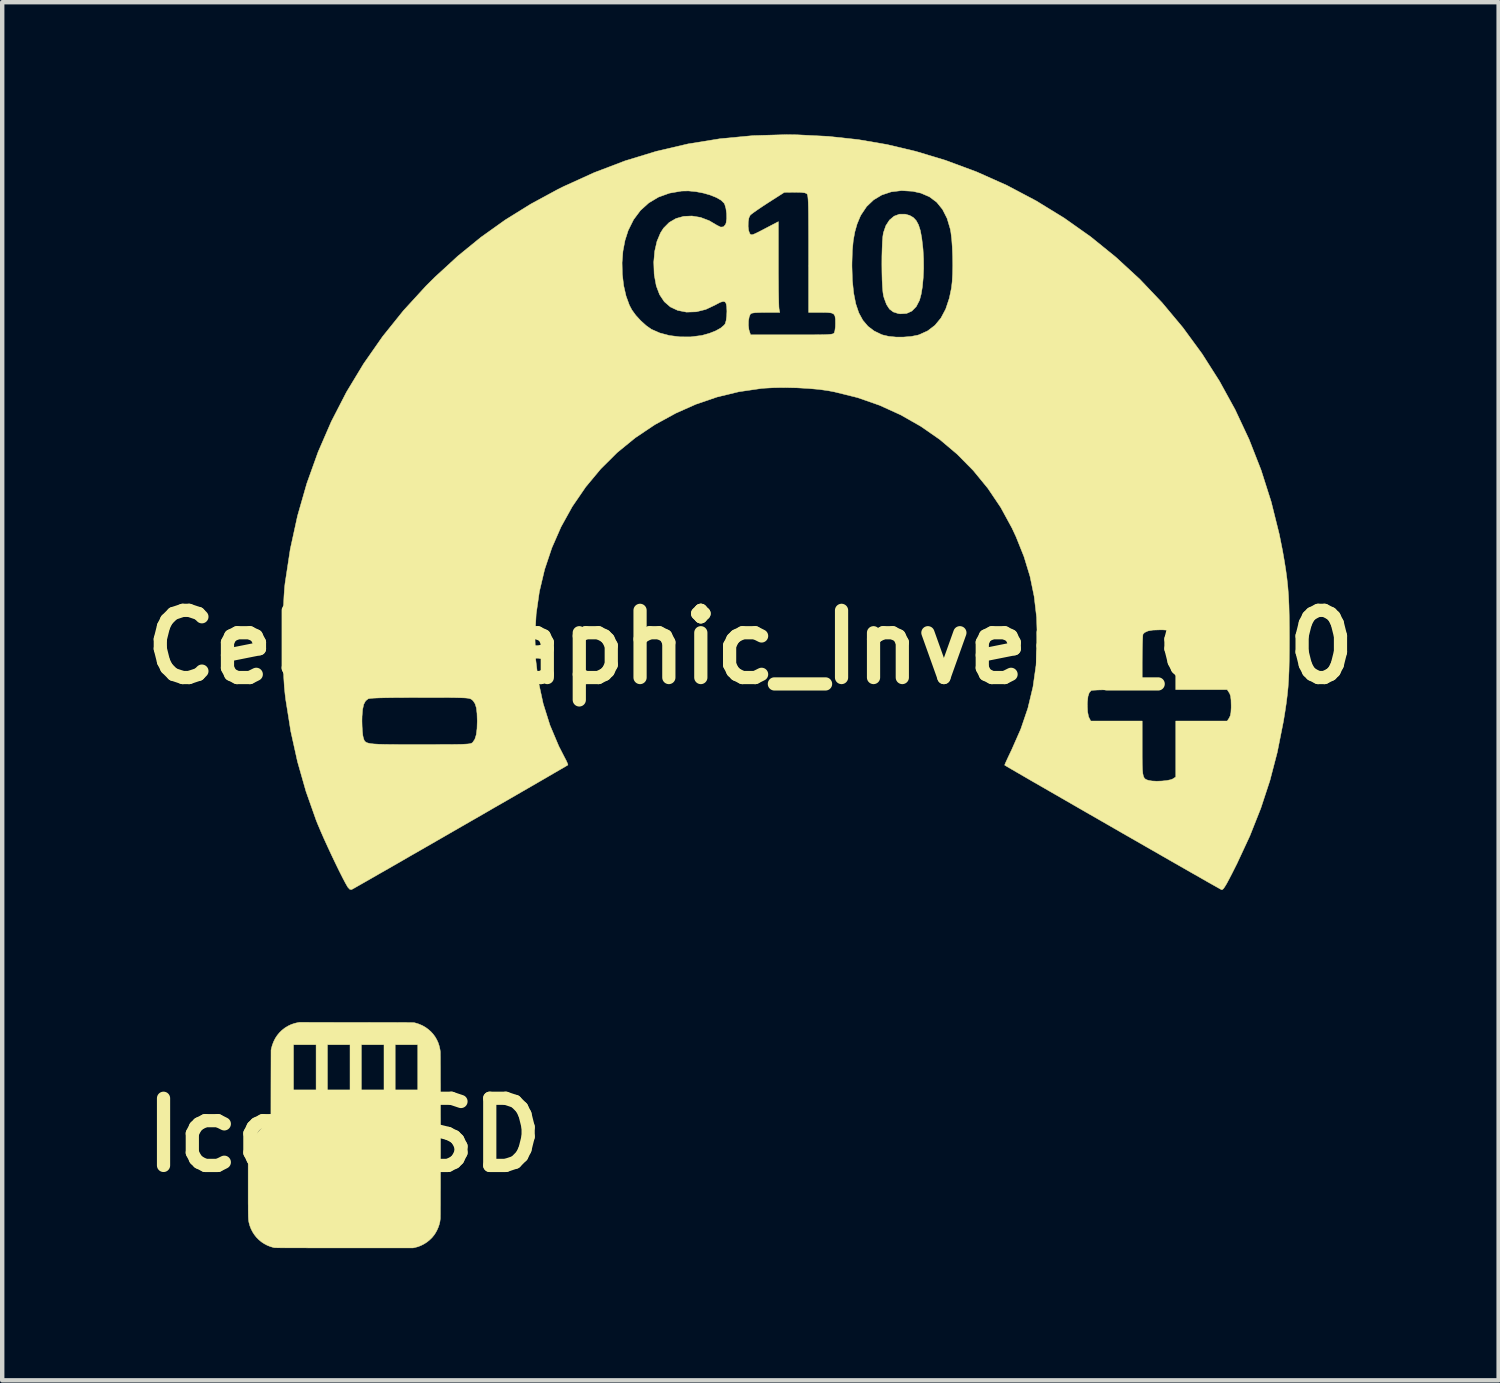
<source format=kicad_pcb>
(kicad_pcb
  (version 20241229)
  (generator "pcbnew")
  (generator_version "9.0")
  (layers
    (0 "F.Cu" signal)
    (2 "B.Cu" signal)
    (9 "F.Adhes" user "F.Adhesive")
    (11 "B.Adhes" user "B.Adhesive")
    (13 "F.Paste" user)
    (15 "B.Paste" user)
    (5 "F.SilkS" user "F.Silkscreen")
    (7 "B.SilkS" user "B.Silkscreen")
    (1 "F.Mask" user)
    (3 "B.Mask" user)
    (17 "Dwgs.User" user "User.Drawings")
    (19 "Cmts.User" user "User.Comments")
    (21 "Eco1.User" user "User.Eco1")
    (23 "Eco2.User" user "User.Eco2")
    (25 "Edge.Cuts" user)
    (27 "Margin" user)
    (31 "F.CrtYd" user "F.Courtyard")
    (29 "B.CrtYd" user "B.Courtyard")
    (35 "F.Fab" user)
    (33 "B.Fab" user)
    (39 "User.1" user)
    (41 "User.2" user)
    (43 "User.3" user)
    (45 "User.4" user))
  (footprint "Icon_SD"
    (layer "F.Cu")
    (at 4.761 22.705)
    (property "Reference" "Icon_SD" (at 0 0 0) (layer "F.SilkS") (effects (font (size 1.524 1.524) (thickness 0.3))))
    (attr through_hole)
    (fp_poly (pts (xy 0.273 -2.556) (xy 0.397 -2.556) (xy 0.514 -2.556) (xy 0.622 -2.555) (xy 0.722 -2.555) (xy 0.816 -2.555) (xy 0.902 -2.555) (xy 0.982 -2.555) (xy 1.055 -2.555) (xy 1.122 -2.555) (xy 1.182 -2.555) (xy 1.238 -2.554) (xy 1.288 -2.554) (xy 1.333 -2.554) (xy 1.373 -2.554) (xy 1.409 -2.554) (xy 1.441 -2.553) (xy 1.468 -2.553) (xy 1.492 -2.553) (xy 1.513 -2.552) (xy 1.531 -2.552) (xy 1.546 -2.552) (xy 1.558 -2.551) (xy 1.569 -2.551) (xy 1.577 -2.55) (xy 1.584 -2.549) (xy 1.589 -2.549) (xy 1.594 -2.548) (xy 1.597 -2.548) (xy 1.6 -2.547) (xy 1.676 -2.525) (xy 1.749 -2.495) (xy 1.776 -2.483) (xy 1.844 -2.444) (xy 1.907 -2.398) (xy 1.965 -2.347) (xy 2.016 -2.291) (xy 2.062 -2.229) (xy 2.1 -2.163) (xy 2.132 -2.093) (xy 2.156 -2.019) (xy 2.173 -1.942) (xy 2.18 -1.893) (xy 2.18 -1.885) (xy 2.181 -1.869) (xy 2.181 -1.845) (xy 2.181 -1.814) (xy 2.182 -1.776) (xy 2.182 -1.731) (xy 2.182 -1.679) (xy 2.182 -1.622) (xy 2.183 -1.558) (xy 2.183 -1.489) (xy 2.183 -1.415) (xy 2.183 -1.336) (xy 2.183 -1.253) (xy 2.184 -1.166) (xy 2.184 -1.075) (xy 2.184 -0.98) (xy 2.184 -0.882) (xy 2.184 -0.782) (xy 2.184 -0.679) (xy 2.184 -0.574) (xy 2.184 -0.467) (xy 2.185 -0.359) (xy 2.185 -0.249) (xy 2.185 -0.139) (xy 2.185 -0.029) (xy 2.185 0.082) (xy 2.185 0.192) (xy 2.185 0.302) (xy 2.185 0.411) (xy 2.184 0.519) (xy 2.184 0.625) (xy 2.184 0.729) (xy 2.184 0.831) (xy 2.184 0.93) (xy 2.184 1.027) (xy 2.184 1.12) (xy 2.184 1.209) (xy 2.183 1.295) (xy 2.183 1.376) (xy 2.183 1.453) (xy 2.183 1.525) (xy 2.183 1.592) (xy 2.182 1.653) (xy 2.182 1.708) (xy 2.182 1.757) (xy 2.182 1.799) (xy 2.181 1.834) (xy 2.181 1.862) (xy 2.181 1.883) (xy 2.18 1.895) (xy 2.18 1.898) (xy 2.171 1.966) (xy 2.156 2.029) (xy 2.135 2.091) (xy 2.107 2.154) (xy 2.104 2.161) (xy 2.074 2.216) (xy 2.042 2.265) (xy 2.004 2.312) (xy 1.99 2.329) (xy 1.936 2.381) (xy 1.877 2.429) (xy 1.813 2.47) (xy 1.745 2.505) (xy 1.675 2.533) (xy 1.603 2.552) (xy 1.562 2.561) (xy -0.001 2.561) (xy -0.138 2.561) (xy -0.267 2.561) (xy -0.387 2.561) (xy -0.5 2.561) (xy -0.606 2.561) (xy -0.704 2.561) (xy -0.796 2.561) (xy -0.881 2.56) (xy -0.959 2.56) (xy -1.032 2.56) (xy -1.098 2.56) (xy -1.159 2.56) (xy -1.215 2.56) (xy -1.265 2.56) (xy -1.311 2.56) (xy -1.352 2.559) (xy -1.389 2.559) (xy -1.421 2.559) (xy -1.45 2.559) (xy -1.476 2.558) (xy -1.498 2.558) (xy -1.517 2.558) (xy -1.533 2.557) (xy -1.547 2.557) (xy -1.558 2.557) (xy -1.568 2.556) (xy -1.576 2.556) (xy -1.582 2.555) (xy -1.588 2.555) (xy -1.592 2.554) (xy -1.596 2.553) (xy -1.599 2.553) (xy -1.674 2.531) (xy -1.746 2.503) (xy -1.814 2.467) (xy -1.878 2.425) (xy -1.937 2.376) (xy -1.99 2.323) (xy -2.038 2.263) (xy -2.079 2.199) (xy -2.114 2.131) (xy -2.142 2.059) (xy -2.163 1.983) (xy -2.163 1.979) (xy -2.165 1.969) (xy -2.167 1.96) (xy -2.169 1.949) (xy -2.17 1.938) (xy -2.172 1.926) (xy -2.173 1.912) (xy -2.174 1.896) (xy -2.175 1.878) (xy -2.176 1.857) (xy -2.177 1.833) (xy -2.177 1.805) (xy -2.178 1.774) (xy -2.178 1.738) (xy -2.179 1.698) (xy -2.179 1.653) (xy -2.179 1.603) (xy -2.18 1.546) (xy -2.18 1.484) (xy -2.18 1.415) (xy -2.18 1.34) (xy -2.18 1.257) (xy -2.18 1.167) (xy -2.18 1.069) (xy -2.18 1.029) (xy -2.18 0.226) (xy -2.168 0.201) (xy -2.156 0.18) (xy -2.139 0.154) (xy -2.116 0.123) (xy -2.089 0.088) (xy -2.058 0.05) (xy -2.024 0.01) (xy -1.986 -0.033) (xy -1.946 -0.077) (xy -1.905 -0.121) (xy -1.862 -0.166) (xy -1.818 -0.21) (xy -1.775 -0.252) (xy -1.738 -0.288) (xy -1.664 -0.357) (xy -1.663 -1.143) (xy -1.661 -1.928) (xy -1.652 -1.971) (xy -1.63 -2.049) (xy -1.151 -2.049) (xy -1.151 -1.024) (xy -0.639 -1.024) (xy -0.639 -2.049) (xy -0.381 -2.049) (xy -0.381 -1.024) (xy 0.131 -1.024) (xy 0.131 -2.049) (xy 0.389 -2.049) (xy 0.389 -1.024) (xy 0.902 -1.024) (xy 0.902 -2.049) (xy 1.156 -2.049) (xy 1.156 -1.024) (xy 1.668 -1.024) (xy 1.668 -2.049) (xy 1.156 -2.049) (xy 0.902 -2.049) (xy 0.389 -2.049) (xy 0.131 -2.049) (xy -0.381 -2.049) (xy -0.639 -2.049) (xy -1.151 -2.049) (xy -1.63 -2.049) (xy -1.629 -2.05) (xy -1.6 -2.125) (xy -1.564 -2.196) (xy -1.521 -2.261) (xy -1.472 -2.321) (xy -1.416 -2.376) (xy -1.353 -2.426) (xy -1.334 -2.439) (xy -1.27 -2.477) (xy -1.202 -2.509) (xy -1.131 -2.533) (xy -1.069 -2.548) (xy -1.022 -2.557) (xy 0.273 -2.556)) (stroke (width 0.01) (type solid)) (fill yes) (layer "F.SilkS")))
  (footprint "Cell_Graphic_Invert_C10"
    (layer "F.Cu")
    (at 13.977 11.634)
    (property "Reference" "Cell_Graphic_Invert_C10" (at 0 0 0) (layer "F.SilkS") (effects (font (size 1.524 1.524) (thickness 0.3))))
    (attr through_hole)
    (fp_poly (pts (xy 3.616 -9.795) (xy 3.697 -9.748) (xy 3.763 -9.678) (xy 3.815 -9.581) (xy 3.857 -9.45) (xy 3.888 -9.28) (xy 3.913 -9.066) (xy 3.917 -9.026) (xy 3.929 -8.811) (xy 3.931 -8.592) (xy 3.921 -8.377) (xy 3.903 -8.18) (xy 3.875 -8.01) (xy 3.84 -7.879) (xy 3.838 -7.872) (xy 3.763 -7.727) (xy 3.665 -7.627) (xy 3.545 -7.572) (xy 3.402 -7.563) (xy 3.353 -7.57) (xy 3.243 -7.605) (xy 3.156 -7.671) (xy 3.089 -7.774) (xy 3.035 -7.919) (xy 3.019 -7.976) (xy 3.007 -8.056) (xy 2.997 -8.177) (xy 2.989 -8.329) (xy 2.985 -8.501) (xy 2.983 -8.684) (xy 2.984 -8.867) (xy 2.989 -9.041) (xy 2.995 -9.195) (xy 3.005 -9.319) (xy 3.018 -9.403) (xy 3.074 -9.565) (xy 3.156 -9.691) (xy 3.261 -9.779) (xy 3.382 -9.824) (xy 3.515 -9.824) (xy 3.616 -9.795)) (stroke (width 0.01) (type solid)) (fill yes) (layer "F.SilkS"))
    (fp_poly (pts (xy 1.067 -11.625) (xy 1.768 -11.59) (xy 2.444 -11.517) (xy 3.103 -11.404) (xy 3.755 -11.249) (xy 4.409 -11.052) (xy 4.42 -11.049) (xy 5.134 -10.784) (xy 5.822 -10.477) (xy 6.484 -10.127) (xy 7.118 -9.738) (xy 7.722 -9.311) (xy 8.294 -8.847) (xy 8.835 -8.349) (xy 9.341 -7.817) (xy 9.812 -7.253) (xy 10.247 -6.659) (xy 10.643 -6.037) (xy 10.999 -5.389) (xy 11.315 -4.715) (xy 11.588 -4.018) (xy 11.817 -3.299) (xy 12.001 -2.56) (xy 12.076 -2.184) (xy 12.116 -1.954) (xy 12.149 -1.746) (xy 12.175 -1.552) (xy 12.195 -1.362) (xy 12.21 -1.166) (xy 12.22 -0.954) (xy 12.226 -0.718) (xy 12.229 -0.448) (xy 12.23 -0.216) (xy 12.229 0.075) (xy 12.226 0.324) (xy 12.221 0.541) (xy 12.212 0.734) (xy 12.2 0.914) (xy 12.182 1.089) (xy 12.16 1.268) (xy 12.131 1.462) (xy 12.096 1.678) (xy 12.089 1.714) (xy 11.956 2.383) (xy 11.788 3.028) (xy 11.581 3.658) (xy 11.333 4.284) (xy 11.039 4.916) (xy 11.016 4.961) (xy 10.927 5.138) (xy 10.857 5.273) (xy 10.803 5.373) (xy 10.762 5.44) (xy 10.732 5.482) (xy 10.709 5.501) (xy 10.691 5.504) (xy 10.691 5.504) (xy 10.665 5.49) (xy 10.599 5.453) (xy 10.496 5.395) (xy 10.359 5.318) (xy 10.192 5.222) (xy 9.998 5.112) (xy 9.78 4.987) (xy 9.543 4.852) (xy 9.289 4.706) (xy 9.022 4.553) (xy 8.745 4.394) (xy 8.462 4.232) (xy 8.177 4.068) (xy 7.892 3.904) (xy 7.611 3.743) (xy 7.337 3.585) (xy 7.075 3.434) (xy 6.827 3.291) (xy 6.596 3.158) (xy 6.387 3.038) (xy 6.203 2.931) (xy 6.046 2.84) (xy 5.922 2.768) (xy 5.832 2.715) (xy 5.781 2.685) (xy 5.77 2.678) (xy 5.777 2.654) (xy 5.804 2.593) (xy 5.846 2.502) (xy 5.899 2.39) (xy 5.927 2.332) (xy 6.136 1.857) (xy 6.297 1.383) (xy 6.312 1.32) (xy 7.645 1.32) (xy 7.652 1.468) (xy 7.672 1.572) (xy 7.684 1.601) (xy 7.723 1.676) (xy 8.89 1.676) (xy 8.89 2.294) (xy 8.89 2.498) (xy 8.892 2.657) (xy 8.896 2.778) (xy 8.904 2.866) (xy 8.917 2.927) (xy 8.936 2.968) (xy 8.962 2.994) (xy 8.996 3.011) (xy 9.03 3.022) (xy 9.112 3.037) (xy 9.22 3.042) (xy 9.338 3.038) (xy 9.451 3.026) (xy 9.541 3.007) (xy 9.586 2.989) (xy 9.652 2.945) (xy 9.652 1.676) (xy 10.819 1.676) (xy 10.864 1.608) (xy 10.889 1.555) (xy 10.903 1.482) (xy 10.909 1.376) (xy 10.909 1.321) (xy 10.906 1.198) (xy 10.896 1.113) (xy 10.876 1.053) (xy 10.864 1.034) (xy 10.819 0.965) (xy 9.652 0.965) (xy 9.652 -0.304) (xy 9.585 -0.348) (xy 9.534 -0.371) (xy 9.463 -0.385) (xy 9.36 -0.392) (xy 9.286 -0.392) (xy 9.132 -0.387) (xy 9.021 -0.367) (xy 8.947 -0.333) (xy 8.909 -0.295) (xy 8.904 -0.262) (xy 8.9 -0.187) (xy 8.896 -0.075) (xy 8.893 0.066) (xy 8.891 0.228) (xy 8.89 0.349) (xy 8.89 0.965) (xy 8.325 0.966) (xy 8.159 0.967) (xy 8.011 0.969) (xy 7.886 0.972) (xy 7.794 0.977) (xy 7.741 0.982) (xy 7.732 0.985) (xy 7.688 1.035) (xy 7.66 1.12) (xy 7.647 1.246) (xy 7.645 1.32) (xy 6.312 1.32) (xy 6.412 0.902) (xy 6.482 0.408) (xy 6.51 -0.109) (xy 6.51 -0.178) (xy 6.494 -0.677) (xy 6.439 -1.149) (xy 6.345 -1.605) (xy 6.208 -2.054) (xy 6.027 -2.506) (xy 5.934 -2.705) (xy 5.681 -3.169) (xy 5.388 -3.604) (xy 5.058 -4.007) (xy 4.692 -4.378) (xy 4.295 -4.713) (xy 3.867 -5.01) (xy 3.412 -5.269) (xy 2.933 -5.487) (xy 2.432 -5.662) (xy 1.911 -5.791) (xy 1.765 -5.819) (xy 1.561 -5.848) (xy 1.322 -5.869) (xy 1.064 -5.884) (xy 0.801 -5.89) (xy 0.55 -5.888) (xy 0.325 -5.876) (xy 0.25 -5.87) (xy -0.262 -5.795) (xy -0.754 -5.676) (xy -1.234 -5.512) (xy -1.689 -5.31) (xy -2.17 -5.047) (xy -2.614 -4.749) (xy -3.023 -4.415) (xy -3.396 -4.044) (xy -3.735 -3.637) (xy -4.04 -3.192) (xy -4.044 -3.185) (xy -4.297 -2.728) (xy -4.505 -2.253) (xy -4.669 -1.763) (xy -4.788 -1.261) (xy -4.861 -0.752) (xy -4.889 -0.239) (xy -4.872 0.274) (xy -4.81 0.782) (xy -4.702 1.283) (xy -4.548 1.772) (xy -4.348 2.246) (xy -4.221 2.494) (xy -4.178 2.576) (xy -4.15 2.639) (xy -4.14 2.672) (xy -4.141 2.674) (xy -4.165 2.689) (xy -4.23 2.728) (xy -4.333 2.787) (xy -4.469 2.866) (xy -4.635 2.963) (xy -4.829 3.075) (xy -5.045 3.2) (xy -5.282 3.337) (xy -5.535 3.483) (xy -5.802 3.636) (xy -6.078 3.796) (xy -6.36 3.958) (xy -6.645 4.122) (xy -6.93 4.286) (xy -7.211 4.448) (xy -7.484 4.605) (xy -7.746 4.755) (xy -7.993 4.898) (xy -8.223 5.03) (xy -8.432 5.149) (xy -8.616 5.255) (xy -8.772 5.344) (xy -8.897 5.415) (xy -8.986 5.466) (xy -9.037 5.494) (xy -9.048 5.5) (xy -9.088 5.497) (xy -9.131 5.452) (xy -9.144 5.432) (xy -9.192 5.348) (xy -9.256 5.226) (xy -9.332 5.075) (xy -9.416 4.903) (xy -9.504 4.718) (xy -9.592 4.529) (xy -9.676 4.345) (xy -9.751 4.174) (xy -9.814 4.025) (xy -9.85 3.937) (xy -10.085 3.271) (xy -10.277 2.597) (xy -10.43 1.906) (xy -10.467 1.671) (xy -8.814 1.671) (xy -8.811 1.794) (xy -8.804 1.909) (xy -8.795 1.999) (xy -8.787 2.038) (xy -8.776 2.077) (xy -8.765 2.11) (xy -8.748 2.137) (xy -8.722 2.158) (xy -8.682 2.175) (xy -8.623 2.188) (xy -8.542 2.197) (xy -8.434 2.203) (xy -8.295 2.207) (xy -8.121 2.209) (xy -7.906 2.21) (xy -7.647 2.21) (xy -7.5 2.21) (xy -7.228 2.21) (xy -7.002 2.209) (xy -6.818 2.209) (xy -6.672 2.207) (xy -6.557 2.205) (xy -6.471 2.201) (xy -6.409 2.197) (xy -6.365 2.191) (xy -6.336 2.183) (xy -6.317 2.174) (xy -6.303 2.163) (xy -6.301 2.161) (xy -6.253 2.091) (xy -6.221 1.989) (xy -6.203 1.849) (xy -6.198 1.676) (xy -6.203 1.506) (xy -6.218 1.378) (xy -6.247 1.285) (xy -6.29 1.219) (xy -6.316 1.195) (xy -6.334 1.182) (xy -6.354 1.172) (xy -6.382 1.164) (xy -6.423 1.157) (xy -6.481 1.152) (xy -6.561 1.149) (xy -6.668 1.146) (xy -6.806 1.144) (xy -6.98 1.143) (xy -7.195 1.143) (xy -7.455 1.143) (xy -7.495 1.143) (xy -7.8 1.144) (xy -8.057 1.145) (xy -8.266 1.148) (xy -8.43 1.152) (xy -8.551 1.157) (xy -8.631 1.164) (xy -8.67 1.171) (xy -8.672 1.172) (xy -8.73 1.218) (xy -8.773 1.296) (xy -8.799 1.413) (xy -8.812 1.571) (xy -8.814 1.671) (xy -10.467 1.671) (xy -10.544 1.189) (xy -10.559 1.067) (xy -10.576 0.894) (xy -10.589 0.679) (xy -10.598 0.434) (xy -10.604 0.166) (xy -10.607 -0.114) (xy -10.606 -0.396) (xy -10.602 -0.671) (xy -10.594 -0.93) (xy -10.583 -1.163) (xy -10.569 -1.359) (xy -10.559 -1.448) (xy -10.441 -2.223) (xy -10.276 -2.979) (xy -10.065 -3.715) (xy -9.809 -4.429) (xy -9.509 -5.12) (xy -9.165 -5.788) (xy -8.777 -6.43) (xy -8.347 -7.046) (xy -7.874 -7.635) (xy -7.36 -8.196) (xy -7.16 -8.395) (xy -6.801 -8.724) (xy -2.912 -8.724) (xy -2.906 -8.461) (xy -2.876 -8.205) (xy -2.822 -7.968) (xy -2.746 -7.759) (xy -2.688 -7.65) (xy -2.601 -7.53) (xy -2.488 -7.407) (xy -2.365 -7.296) (xy -2.249 -7.214) (xy -2.246 -7.212) (xy -2.057 -7.129) (xy -1.838 -7.071) (xy -1.599 -7.041) (xy -1.356 -7.04) (xy -1.12 -7.07) (xy -1.085 -7.077) (xy -0.926 -7.122) (xy -0.785 -7.178) (xy -0.671 -7.242) (xy -0.594 -7.308) (xy -0.572 -7.339) (xy -0.551 -7.409) (xy -0.538 -7.51) (xy -0.533 -7.622) (xy -0.538 -7.728) (xy -0.549 -7.791) (xy -0.573 -7.833) (xy -0.616 -7.845) (xy -0.684 -7.825) (xy -0.785 -7.772) (xy -0.805 -7.761) (xy -1.013 -7.663) (xy -1.23 -7.609) (xy -1.447 -7.602) (xy -1.451 -7.602) (xy -1.649 -7.641) (xy -1.816 -7.719) (xy -1.954 -7.839) (xy -2.06 -7.998) (xy -2.136 -8.198) (xy -2.18 -8.438) (xy -2.184 -8.474) (xy -2.193 -8.738) (xy -2.171 -8.985) (xy -2.12 -9.208) (xy -2.04 -9.399) (xy -1.972 -9.506) (xy -1.843 -9.636) (xy -1.688 -9.726) (xy -1.514 -9.775) (xy -1.326 -9.783) (xy -1.131 -9.751) (xy -0.934 -9.676) (xy -0.756 -9.571) (xy -0.674 -9.531) (xy -0.609 -9.538) (xy -0.602 -9.546) (xy -0.051 -9.546) (xy -0.04 -9.453) (xy -0.016 -9.387) (xy -0.014 -9.384) (xy 0.003 -9.365) (xy 0.024 -9.357) (xy 0.057 -9.362) (xy 0.109 -9.383) (xy 0.189 -9.422) (xy 0.305 -9.482) (xy 0.329 -9.495) (xy 0.635 -9.655) (xy 0.635 -8.704) (xy 0.635 -8.486) (xy 0.637 -8.281) (xy 0.638 -8.096) (xy 0.641 -7.937) (xy 0.644 -7.809) (xy 0.647 -7.72) (xy 0.651 -7.675) (xy 0.651 -7.674) (xy 0.667 -7.595) (xy 0.349 -7.595) (xy 0.21 -7.593) (xy 0.113 -7.589) (xy 0.05 -7.581) (xy 0.014 -7.568) (xy -0.001 -7.556) (xy -0.027 -7.495) (xy -0.043 -7.404) (xy -0.045 -7.302) (xy -0.034 -7.207) (xy -0.026 -7.178) (xy 0.004 -7.087) (xy 0.941 -7.087) (xy 1.184 -7.087) (xy 1.381 -7.087) (xy 1.537 -7.088) (xy 1.658 -7.09) (xy 1.747 -7.093) (xy 1.811 -7.098) (xy 1.853 -7.104) (xy 1.879 -7.112) (xy 1.894 -7.122) (xy 1.903 -7.134) (xy 1.904 -7.136) (xy 1.918 -7.187) (xy 1.928 -7.269) (xy 1.93 -7.341) (xy 1.929 -7.444) (xy 1.918 -7.515) (xy 1.89 -7.559) (xy 1.837 -7.583) (xy 1.751 -7.593) (xy 1.623 -7.595) (xy 1.599 -7.595) (xy 1.321 -7.595) (xy 1.321 -8.649) (xy 2.304 -8.649) (xy 2.314 -8.319) (xy 2.343 -8.034) (xy 2.391 -7.79) (xy 2.46 -7.585) (xy 2.552 -7.416) (xy 2.668 -7.28) (xy 2.809 -7.173) (xy 2.976 -7.093) (xy 3.005 -7.083) (xy 3.138 -7.052) (xy 3.301 -7.036) (xy 3.478 -7.036) (xy 3.649 -7.05) (xy 3.798 -7.079) (xy 3.832 -7.09) (xy 4.025 -7.178) (xy 4.188 -7.303) (xy 4.323 -7.467) (xy 4.432 -7.672) (xy 4.514 -7.919) (xy 4.562 -8.149) (xy 4.578 -8.29) (xy 4.588 -8.466) (xy 4.592 -8.663) (xy 4.589 -8.869) (xy 4.581 -9.072) (xy 4.568 -9.257) (xy 4.549 -9.412) (xy 4.536 -9.485) (xy 4.463 -9.729) (xy 4.36 -9.932) (xy 4.228 -10.095) (xy 4.064 -10.218) (xy 3.869 -10.302) (xy 3.682 -10.344) (xy 3.429 -10.359) (xy 3.195 -10.331) (xy 2.982 -10.26) (xy 2.795 -10.148) (xy 2.637 -9.997) (xy 2.511 -9.809) (xy 2.49 -9.768) (xy 2.421 -9.602) (xy 2.37 -9.423) (xy 2.334 -9.225) (xy 2.313 -8.997) (xy 2.305 -8.731) (xy 2.304 -8.649) (xy 1.321 -8.649) (xy 1.321 -8.925) (xy 1.321 -9.221) (xy 1.32 -9.471) (xy 1.319 -9.677) (xy 1.318 -9.846) (xy 1.316 -9.979) (xy 1.313 -10.083) (xy 1.309 -10.16) (xy 1.304 -10.215) (xy 1.298 -10.252) (xy 1.29 -10.275) (xy 1.281 -10.288) (xy 1.279 -10.29) (xy 1.233 -10.309) (xy 1.146 -10.319) (xy 1.014 -10.322) (xy 1.003 -10.322) (xy 0.769 -10.319) (xy 0.403 -10.085) (xy 0.279 -10.004) (xy 0.168 -9.929) (xy 0.077 -9.865) (xy 0.016 -9.819) (xy -0.006 -9.799) (xy -0.034 -9.739) (xy -0.049 -9.648) (xy -0.051 -9.546) (xy -0.602 -9.546) (xy -0.564 -9.591) (xy -0.551 -9.627) (xy -0.538 -9.723) (xy -0.54 -9.838) (xy -0.555 -9.951) (xy -0.581 -10.043) (xy -0.597 -10.074) (xy -0.665 -10.141) (xy -0.773 -10.203) (xy -0.912 -10.259) (xy -1.07 -10.304) (xy -1.238 -10.336) (xy -1.405 -10.352) (xy -1.561 -10.349) (xy -1.562 -10.349) (xy -1.838 -10.301) (xy -2.087 -10.211) (xy -2.307 -10.079) (xy -2.495 -9.909) (xy -2.651 -9.7) (xy -2.773 -9.455) (xy -2.845 -9.231) (xy -2.892 -8.985) (xy -2.912 -8.724) (xy -6.801 -8.724) (xy -6.643 -8.87) (xy -6.114 -9.301) (xy -5.563 -9.694) (xy -4.983 -10.054) (xy -4.367 -10.388) (xy -4.245 -10.449) (xy -3.548 -10.766) (xy -2.845 -11.034) (xy -2.134 -11.251) (xy -1.414 -11.419) (xy -0.683 -11.537) (xy 0.061 -11.607) (xy 0.819 -11.629) (xy 1.067 -11.625)) (stroke (width 0.01) (type solid)) (fill yes) (layer "F.SilkS")))
  (gr_rect
    (start -3 -3)
    (end 30.955 28.271)
    (stroke (width 0.1) (type default))
    (fill no)
    (layer "Edge.Cuts")))
</source>
